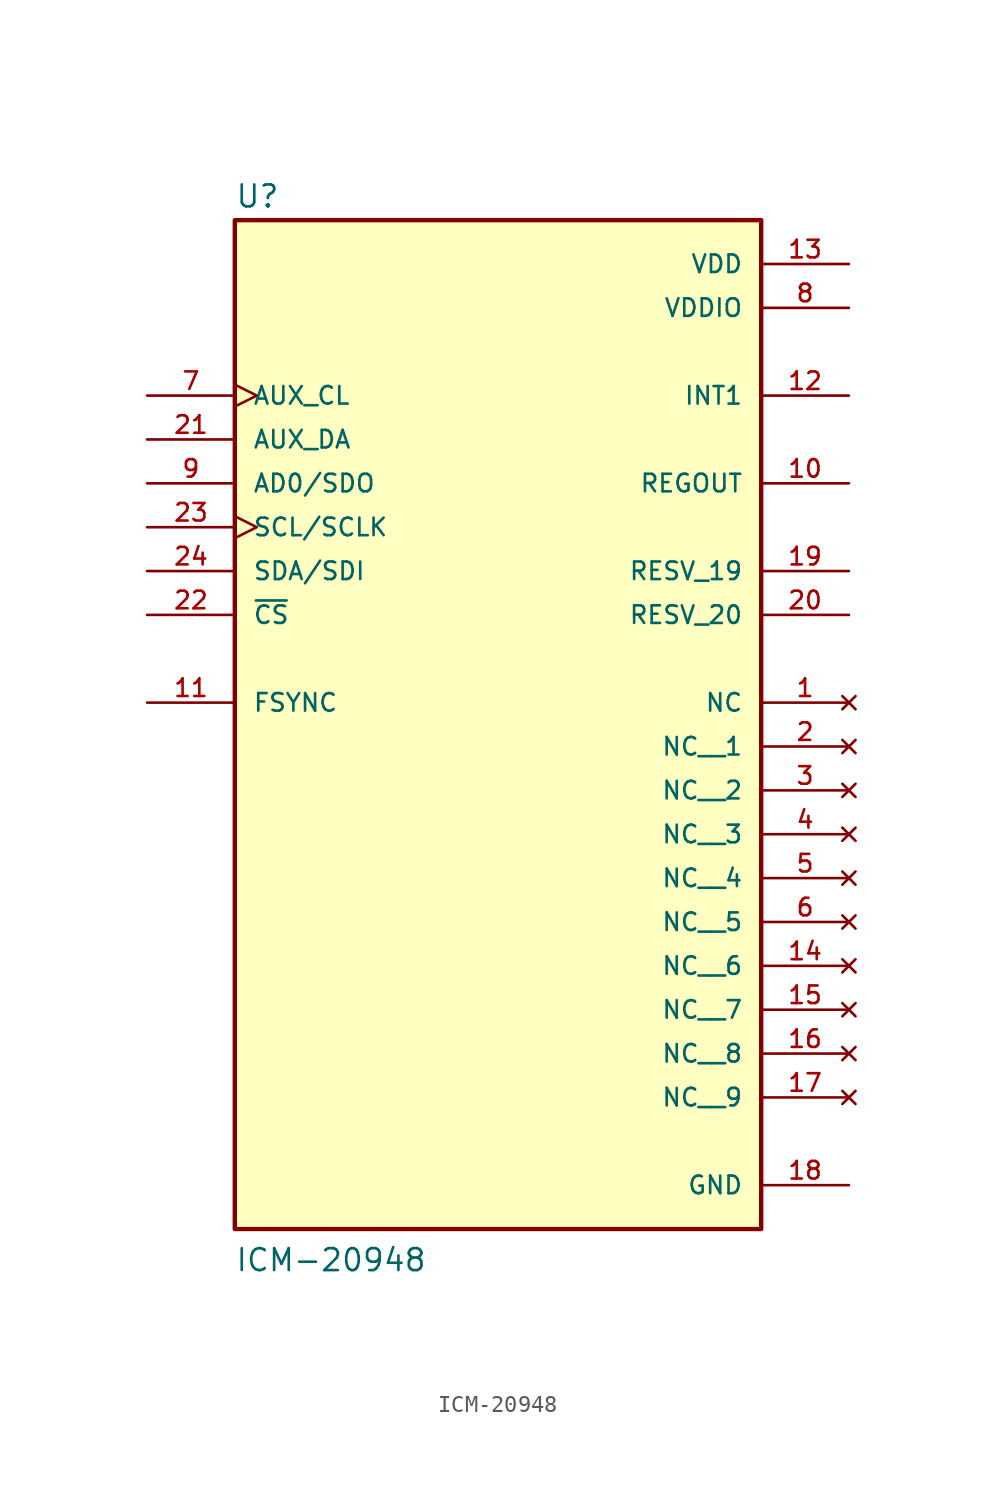
<source format=kicad_sym>
(kicad_symbol_lib
  (version 20241209)
  (generator "kicad_symbol_editor")
  (generator_version "9.0")
  (symbol "ICM-20948"
    (pin_names
      (offset 1.016))
    (property "Reference" "U"
      (at -15.24 18.415 0)
      (effects (font (size 1.27 1.27)) (justify left bottom)))
    (property "Value" "ICM-20948"
      (at -15.24 -43.18 0)
      (effects (font (size 1.27 1.27)) (justify left bottom)))
    (symbol "ICM-20948_0_0"
      (rectangle (start -15.24 -40.64) (end 15.24 17.78) (stroke (width 0.254) (type default)) (fill (type background)))
      (pin input clock (at -20.32 7.62 0) (length 5.08) (name "AUX_CL" (effects (font (size 1.016 1.016)))) (number "7" (effects (font (size 1.016 1.016)))))
      (pin bidirectional line (at -20.32 5.08 0) (length 5.08) (name "AUX_DA" (effects (font (size 1.016 1.016)))) (number "21" (effects (font (size 1.016 1.016)))))
      (pin bidirectional line (at -20.32 2.54 0) (length 5.08) (name "AD0/SDO" (effects (font (size 1.016 1.016)))) (number "9" (effects (font (size 1.016 1.016)))))
      (pin input clock (at -20.32 0 0) (length 5.08) (name "SCL/SCLK" (effects (font (size 1.016 1.016)))) (number "23" (effects (font (size 1.016 1.016)))))
      (pin bidirectional line (at -20.32 -2.54 0) (length 5.08) (name "SDA/SDI" (effects (font (size 1.016 1.016)))) (number "24" (effects (font (size 1.016 1.016)))))
      (pin input line (at -20.32 -5.08 0) (length 5.08) (name "~{CS}" (effects (font (size 1.016 1.016)))) (number "22" (effects (font (size 1.016 1.016)))))
      (pin input line (at -20.32 -10.16 0) (length 5.08) (name "FSYNC" (effects (font (size 1.016 1.016)))) (number "11" (effects (font (size 1.016 1.016)))))
      (pin power_in line (at 20.32 15.24 180) (length 5.08) (name "VDD" (effects (font (size 1.016 1.016)))) (number "13" (effects (font (size 1.016 1.016)))))
      (pin power_in line (at 20.32 12.7 180) (length 5.08) (name "VDDIO" (effects (font (size 1.016 1.016)))) (number "8" (effects (font (size 1.016 1.016)))))
      (pin output line (at 20.32 7.62 180) (length 5.08) (name "INT1" (effects (font (size 1.016 1.016)))) (number "12" (effects (font (size 1.016 1.016)))))
      (pin output line (at 20.32 2.54 180) (length 5.08) (name "REGOUT" (effects (font (size 1.016 1.016)))) (number "10" (effects (font (size 1.016 1.016)))))
      (pin passive line (at 20.32 -2.54 180) (length 5.08) (name "RESV_19" (effects (font (size 1.016 1.016)))) (number "19" (effects (font (size 1.016 1.016)))))
      (pin passive line (at 20.32 -5.08 180) (length 5.08) (name "RESV_20" (effects (font (size 1.016 1.016)))) (number "20" (effects (font (size 1.016 1.016)))))
      (pin no_connect line (at 20.32 -10.16 180) (length 5.08) (name "NC" (effects (font (size 1.016 1.016)))) (number "1" (effects (font (size 1.016 1.016)))))
      (pin no_connect line (at 20.32 -12.7 180) (length 5.08) (name "NC__1" (effects (font (size 1.016 1.016)))) (number "2" (effects (font (size 1.016 1.016)))))
      (pin no_connect line (at 20.32 -15.24 180) (length 5.08) (name "NC__2" (effects (font (size 1.016 1.016)))) (number "3" (effects (font (size 1.016 1.016)))))
      (pin no_connect line (at 20.32 -17.78 180) (length 5.08) (name "NC__3" (effects (font (size 1.016 1.016)))) (number "4" (effects (font (size 1.016 1.016)))))
      (pin no_connect line (at 20.32 -20.32 180) (length 5.08) (name "NC__4" (effects (font (size 1.016 1.016)))) (number "5" (effects (font (size 1.016 1.016)))))
      (pin no_connect line (at 20.32 -22.86 180) (length 5.08) (name "NC__5" (effects (font (size 1.016 1.016)))) (number "6" (effects (font (size 1.016 1.016)))))
      (pin no_connect line (at 20.32 -25.4 180) (length 5.08) (name "NC__6" (effects (font (size 1.016 1.016)))) (number "14" (effects (font (size 1.016 1.016)))))
      (pin no_connect line (at 20.32 -27.94 180) (length 5.08) (name "NC__7" (effects (font (size 1.016 1.016)))) (number "15" (effects (font (size 1.016 1.016)))))
      (pin no_connect line (at 20.32 -30.48 180) (length 5.08) (name "NC__8" (effects (font (size 1.016 1.016)))) (number "16" (effects (font (size 1.016 1.016)))))
      (pin no_connect line (at 20.32 -33.02 180) (length 5.08) (name "NC__9" (effects (font (size 1.016 1.016)))) (number "17" (effects (font (size 1.016 1.016)))))
      (pin power_in line (at 20.32 -38.1 180) (length 5.08) (name "GND" (effects (font (size 1.016 1.016)))) (number "18" (effects (font (size 1.016 1.016))))))))
</source>
